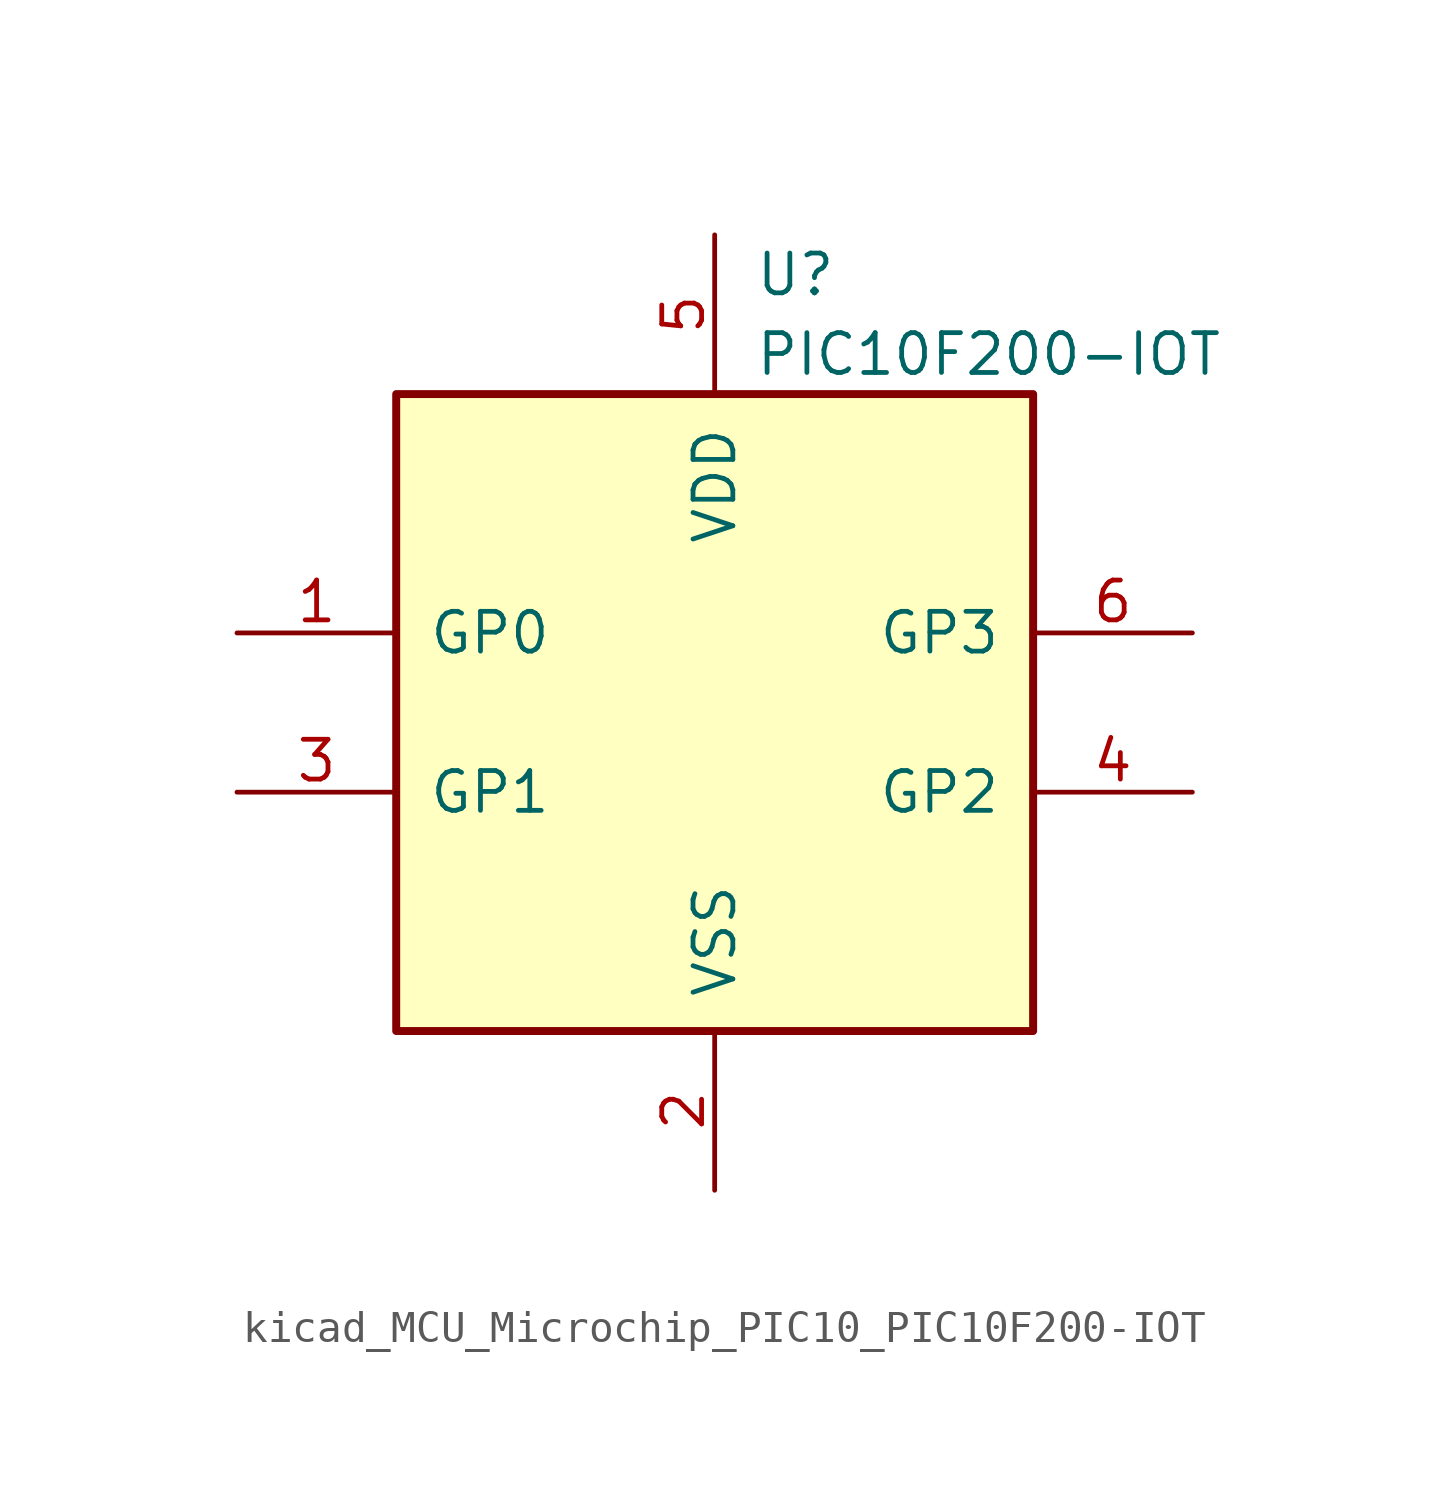
<source format=kicad_sym>
(kicad_symbol_lib
  (version 20220914)
  (generator kicad_symbol_editor)
  (symbol "kicad_MCU_Microchip_PIC10_PIC10F200-IOT"
    (pin_names
      (offset 1.016))
    (property "Reference" "U"
      (at 1.27 13.97 0)
      (effects (font (size 1.27 1.27)) (justify left)))
    (property "Value" "PIC10F200-IOT"
      (at 1.27 11.43 0)
      (effects (font (size 1.27 1.27)) (justify left)))
    (symbol "kicad_MCU_Microchip_PIC10_PIC10F200-IOT_0_1"
      (rectangle (start -10.16 10.16) (end 10.16 -10.16) (stroke (width 0.254) (type default)) (fill (type background))))
    (symbol "kicad_MCU_Microchip_PIC10_PIC10F200-IOT_1_1"
      (pin bidirectional line (at -15.24 2.54 0) (length 5.08) (name "GP0" (effects (font (size 1.27 1.27)))) (number "1" (effects (font (size 1.27 1.27)))))
      (pin power_in line (at 0 -15.24 90) (length 5.08) (name "VSS" (effects (font (size 1.27 1.27)))) (number "2" (effects (font (size 1.27 1.27)))))
      (pin bidirectional line (at -15.24 -2.54 0) (length 5.08) (name "GP1" (effects (font (size 1.27 1.27)))) (number "3" (effects (font (size 1.27 1.27)))))
      (pin bidirectional line (at 15.24 -2.54 180) (length 5.08) (name "GP2" (effects (font (size 1.27 1.27)))) (number "4" (effects (font (size 1.27 1.27)))))
      (pin power_in line (at 0 15.24 270) (length 5.08) (name "VDD" (effects (font (size 1.27 1.27)))) (number "5" (effects (font (size 1.27 1.27)))))
      (pin input line (at 15.24 2.54 180) (length 5.08) (name "GP3" (effects (font (size 1.27 1.27)))) (number "6" (effects (font (size 1.27 1.27))))))))
</source>
